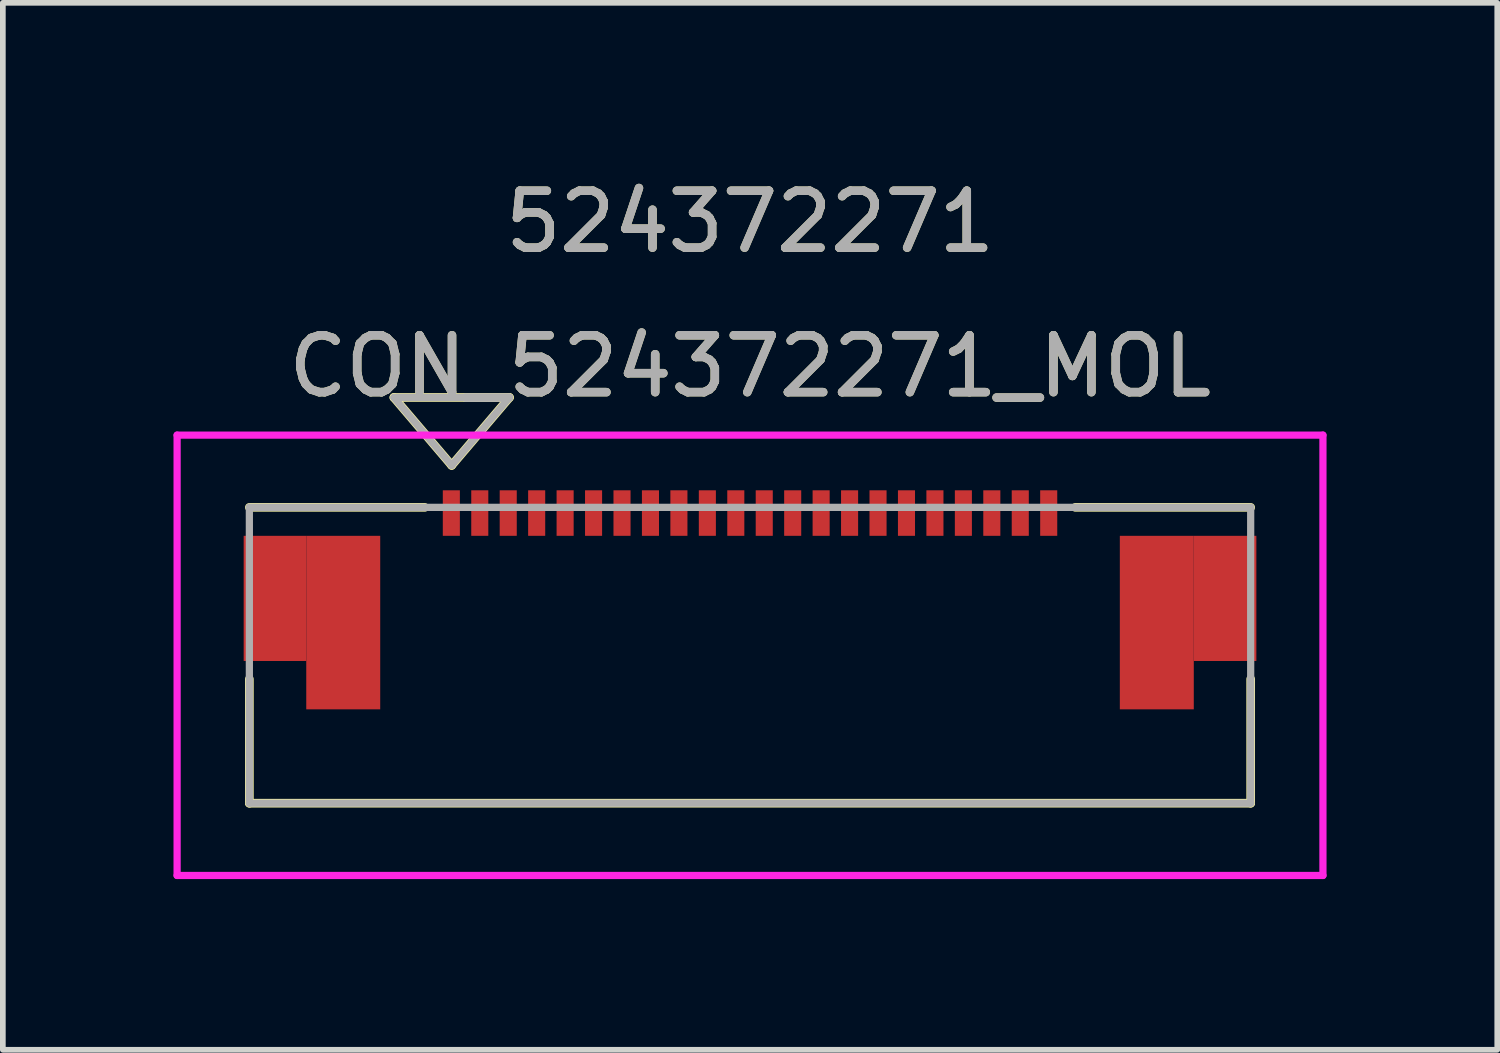
<source format=kicad_pcb>
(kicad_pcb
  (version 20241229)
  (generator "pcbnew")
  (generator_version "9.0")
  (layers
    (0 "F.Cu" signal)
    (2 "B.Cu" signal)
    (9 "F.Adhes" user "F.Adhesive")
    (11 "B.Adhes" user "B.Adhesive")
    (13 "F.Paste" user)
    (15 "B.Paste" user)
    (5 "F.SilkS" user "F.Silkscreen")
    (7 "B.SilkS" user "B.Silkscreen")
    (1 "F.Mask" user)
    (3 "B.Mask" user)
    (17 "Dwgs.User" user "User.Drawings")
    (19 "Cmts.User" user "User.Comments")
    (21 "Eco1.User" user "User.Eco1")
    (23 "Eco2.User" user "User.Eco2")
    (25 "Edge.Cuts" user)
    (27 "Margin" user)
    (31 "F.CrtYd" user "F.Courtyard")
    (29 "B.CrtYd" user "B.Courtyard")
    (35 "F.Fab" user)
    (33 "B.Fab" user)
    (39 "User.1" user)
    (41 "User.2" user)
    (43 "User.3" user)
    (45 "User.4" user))
  (footprint "CON_524372271_MOL"
    (layer "F.Cu")
    (at 10.133 8.468)
    (property "Reference" "CON_524372271_MOL" (at 0 -5.08 0) (unlocked yes) (layer "F.SilkS") (effects (font (size 1 1) (thickness 0.15))))
    (attr smd)
    (fp_poly (pts (xy -7.8 -2.1) (xy -8.9 -2.1) (xy -8.9 0.1) (xy -7.8 0.1)) (stroke (width 0) (type solid)) (fill yes) (layer "F.Cu"))
    (fp_poly (pts (xy 7.8 -2.1) (xy 8.9 -2.1) (xy 8.9 0.1) (xy 7.8 0.1)) (stroke (width 0) (type solid)) (fill yes) (layer "F.Cu"))
    (fp_poly (pts (xy -7.8 -2.1) (xy -8.9 -2.1) (xy -8.9 0.1) (xy -7.8 0.1)) (stroke (width 0) (type solid)) (fill yes) (layer "F.Mask"))
    (fp_poly (pts (xy 7.8 -2.1) (xy 8.9 -2.1) (xy 8.9 0.1) (xy 7.8 0.1)) (stroke (width 0) (type solid)) (fill yes) (layer "F.Mask"))
    (fp_line (start -8.8 0.418) (end -8.8 2.6) (stroke (width 0.152) (type solid)) (layer "F.SilkS"))
    (fp_line (start -8.8 2.6) (end 8.8 2.6) (stroke (width 0.152) (type solid)) (layer "F.SilkS"))
    (fp_line (start -6.26 -4.532) (end -5.244 -3.338) (stroke (width 0.152) (type solid)) (layer "F.SilkS"))
    (fp_line (start -6.26 -4.532) (end -4.228 -4.532) (stroke (width 0.152) (type solid)) (layer "F.SilkS"))
    (fp_line (start -5.717 -2.6) (end -8.8 -2.6) (stroke (width 0.152) (type solid)) (layer "F.SilkS"))
    (fp_line (start -4.228 -4.532) (end -5.244 -3.338) (stroke (width 0.152) (type solid)) (layer "F.SilkS"))
    (fp_line (start 8.8 -2.6) (end 5.718 -2.6) (stroke (width 0.152) (type solid)) (layer "F.SilkS"))
    (fp_line (start 8.8 2.6) (end 8.8 0.418) (stroke (width 0.152) (type solid)) (layer "F.SilkS"))
    (fp_poly (pts (xy -7.8 -2.1) (xy -8.9 -2.1) (xy -8.9 0.1) (xy -7.8 0.1)) (stroke (width 0) (type solid)) (fill yes) (layer "F.Paste"))
    (fp_poly (pts (xy 7.8 -2.1) (xy 8.9 -2.1) (xy 8.9 0.1) (xy 7.8 0.1)) (stroke (width 0) (type solid)) (fill yes) (layer "F.Paste"))
    (fp_line (start -10.07 -3.87) (end -10.07 3.87) (stroke (width 0.127) (type solid)) (layer "F.CrtYd"))
    (fp_line (start -10.07 3.87) (end 10.07 3.87) (stroke (width 0.127) (type solid)) (layer "F.CrtYd"))
    (fp_line (start 10.07 -3.87) (end -10.07 -3.87) (stroke (width 0.127) (type solid)) (layer "F.CrtYd"))
    (fp_line (start 10.07 3.87) (end 10.07 -3.87) (stroke (width 0.127) (type solid)) (layer "F.CrtYd"))
    (fp_line (start -8.8 -2.6) (end -8.8 2.6) (stroke (width 0.127) (type solid)) (layer "F.Fab"))
    (fp_line (start -8.8 2.6) (end 8.8 2.6) (stroke (width 0.127) (type solid)) (layer "F.Fab"))
    (fp_line (start -6.26 -4.532) (end -5.244 -3.338) (stroke (width 0.127) (type solid)) (layer "F.Fab"))
    (fp_line (start -6.26 -4.532) (end -4.228 -4.532) (stroke (width 0.127) (type solid)) (layer "F.Fab"))
    (fp_line (start -4.228 -4.532) (end -5.244 -3.338) (stroke (width 0.127) (type solid)) (layer "F.Fab"))
    (fp_line (start 8.8 -2.6) (end -8.8 -2.6) (stroke (width 0.127) (type solid)) (layer "F.Fab"))
    (fp_line (start 8.8 2.6) (end 8.8 -2.6) (stroke (width 0.127) (type solid)) (layer "F.Fab"))
    (fp_text user "524372271" (at 0 -7.62 0) (unlocked yes) (layer "F.SilkS") (effects (font (size 1 1) (thickness 0.15))))
    (fp_text user "${REFERENCE}" (at 0 -5.08 0) (unlocked yes) (layer "F.Fab") (effects (font (size 1 1) (thickness 0.15))))
    (fp_text user "524372271" (at 0 -7.62 0) (unlocked yes) (layer "F.Fab") (effects (font (size 1 1) (thickness 0.15))))
    (pad "1" smd rect (at -5.25 -2.5) (size 0.3 0.8) (layers "F.Cu" "F.Mask" "F.Paste"))
    (pad "2" smd rect (at -4.75 -2.5) (size 0.3 0.8) (layers "F.Cu" "F.Mask" "F.Paste"))
    (pad "3" smd rect (at -4.25 -2.5) (size 0.3 0.8) (layers "F.Cu" "F.Mask" "F.Paste"))
    (pad "4" smd rect (at -3.75 -2.5) (size 0.3 0.8) (layers "F.Cu" "F.Mask" "F.Paste"))
    (pad "5" smd rect (at -3.25 -2.5) (size 0.3 0.8) (layers "F.Cu" "F.Mask" "F.Paste"))
    (pad "6" smd rect (at -2.75 -2.5) (size 0.3 0.8) (layers "F.Cu" "F.Mask" "F.Paste"))
    (pad "7" smd rect (at -2.25 -2.5) (size 0.3 0.8) (layers "F.Cu" "F.Mask" "F.Paste"))
    (pad "8" smd rect (at -1.75 -2.5) (size 0.3 0.8) (layers "F.Cu" "F.Mask" "F.Paste"))
    (pad "9" smd rect (at -1.25 -2.5) (size 0.3 0.8) (layers "F.Cu" "F.Mask" "F.Paste"))
    (pad "10" smd rect (at -0.75 -2.5) (size 0.3 0.8) (layers "F.Cu" "F.Mask" "F.Paste"))
    (pad "11" smd rect (at -0.25 -2.5) (size 0.3 0.8) (layers "F.Cu" "F.Mask" "F.Paste"))
    (pad "12" smd rect (at 0.25 -2.5) (size 0.3 0.8) (layers "F.Cu" "F.Mask" "F.Paste"))
    (pad "13" smd rect (at 0.75 -2.5) (size 0.3 0.8) (layers "F.Cu" "F.Mask" "F.Paste"))
    (pad "14" smd rect (at 1.25 -2.5) (size 0.3 0.8) (layers "F.Cu" "F.Mask" "F.Paste"))
    (pad "15" smd rect (at 1.75 -2.5) (size 0.3 0.8) (layers "F.Cu" "F.Mask" "F.Paste"))
    (pad "16" smd rect (at 2.25 -2.5) (size 0.3 0.8) (layers "F.Cu" "F.Mask" "F.Paste"))
    (pad "17" smd rect (at 2.75 -2.5) (size 0.3 0.8) (layers "F.Cu" "F.Mask" "F.Paste"))
    (pad "18" smd rect (at 3.25 -2.5) (size 0.3 0.8) (layers "F.Cu" "F.Mask" "F.Paste"))
    (pad "19" smd rect (at 3.75 -2.5) (size 0.3 0.8) (layers "F.Cu" "F.Mask" "F.Paste"))
    (pad "20" smd rect (at 4.25 -2.5) (size 0.3 0.8) (layers "F.Cu" "F.Mask" "F.Paste"))
    (pad "21" smd rect (at 4.75 -2.5) (size 0.3 0.8) (layers "F.Cu" "F.Mask" "F.Paste"))
    (pad "22" smd rect (at 5.25 -2.5) (size 0.3 0.8) (layers "F.Cu" "F.Mask" "F.Paste"))
    (pad "P1" smd rect (at -7.15 -0.575) (size 1.3 3.05) (layers "F.Cu" "F.Mask" "F.Paste"))
    (pad "P2" smd rect (at 7.15 -0.575) (size 1.3 3.05) (layers "F.Cu" "F.Mask" "F.Paste")))
  (gr_rect
    (start -3 -3)
    (end 23.267 15.402)
    (stroke (width 0.1) (type default))
    (fill no)
    (layer "Edge.Cuts")))
</source>
